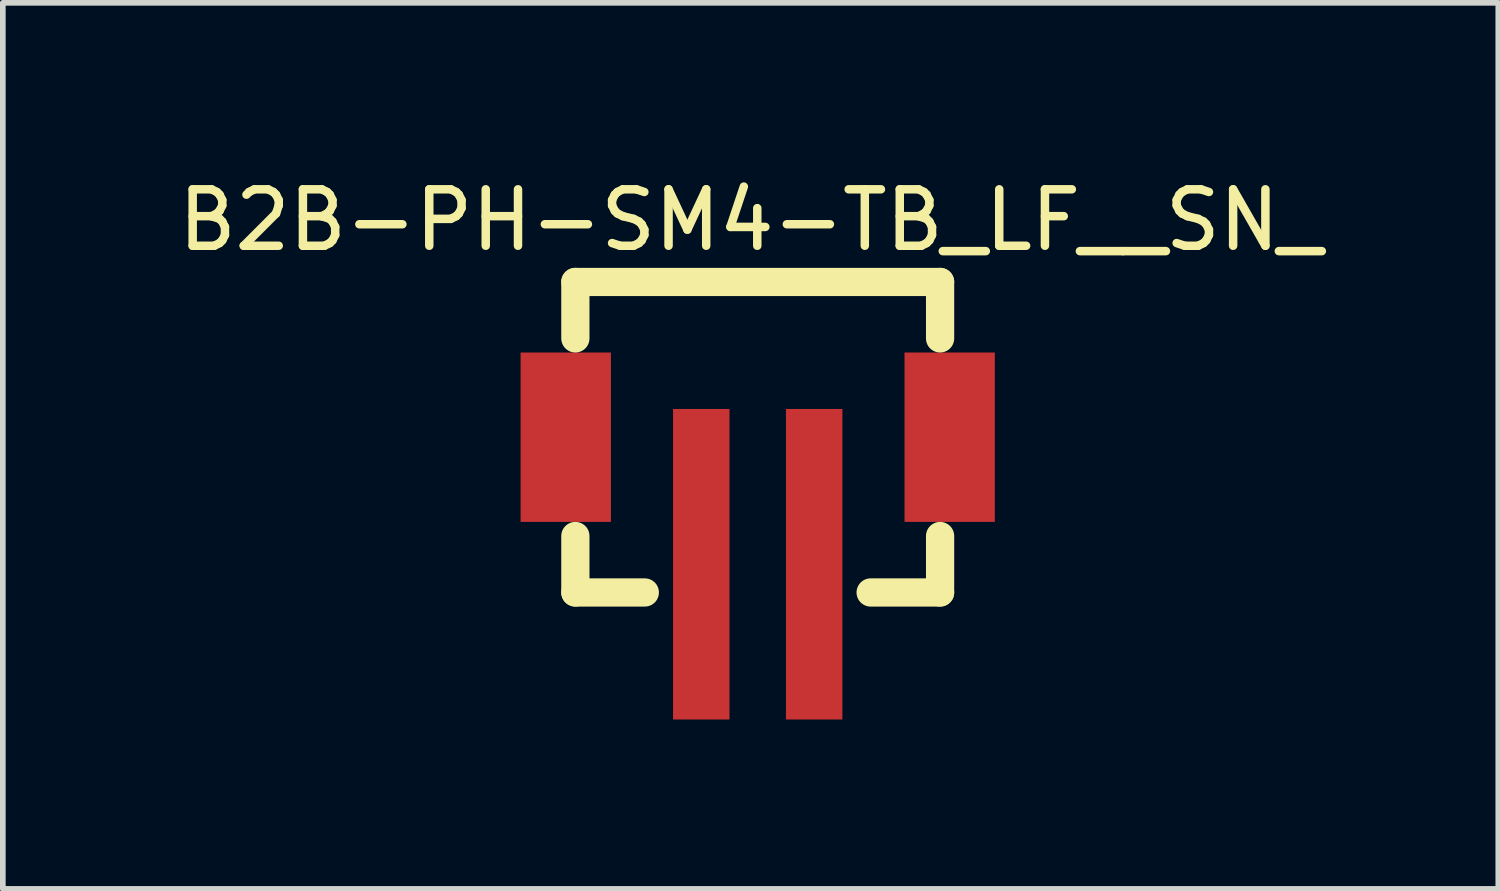
<source format=kicad_pcb>
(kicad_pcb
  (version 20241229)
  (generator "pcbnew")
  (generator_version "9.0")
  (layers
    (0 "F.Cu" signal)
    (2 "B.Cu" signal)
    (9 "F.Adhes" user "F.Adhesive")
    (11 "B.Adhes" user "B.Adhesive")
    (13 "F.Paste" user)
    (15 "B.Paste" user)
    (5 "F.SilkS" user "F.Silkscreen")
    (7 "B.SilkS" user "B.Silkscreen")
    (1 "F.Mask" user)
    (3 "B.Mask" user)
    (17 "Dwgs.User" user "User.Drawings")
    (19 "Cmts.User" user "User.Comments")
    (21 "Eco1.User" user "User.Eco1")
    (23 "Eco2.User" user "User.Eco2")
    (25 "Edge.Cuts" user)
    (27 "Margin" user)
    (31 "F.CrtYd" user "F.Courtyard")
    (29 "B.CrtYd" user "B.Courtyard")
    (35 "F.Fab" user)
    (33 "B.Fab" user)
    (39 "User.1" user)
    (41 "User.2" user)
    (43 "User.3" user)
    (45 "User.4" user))
  (footprint "B2B-PH-SM4-TB_LF__SN_"
    (layer "F.Cu")
    (at 10.371 6.944)
    (property "Reference" "B2B-PH-SM4-TB_LF__SN_" (at -0.127 -6.096 0) (layer "F.SilkS") (effects (font (size 1 1) (thickness 0.15))))
    (attr smd)
    (fp_line (start -3.23 -5) (end 3.23 -5) (stroke (width 0.5) (type solid)) (layer "F.SilkS"))
    (fp_line (start -3.23 -4) (end -3.23 -5) (stroke (width 0.5) (type solid)) (layer "F.SilkS"))
    (fp_line (start -3.23 -0.5) (end -3.23 0.5) (stroke (width 0.5) (type solid)) (layer "F.SilkS"))
    (fp_line (start -3.23 0.5) (end -2 0.5) (stroke (width 0.5) (type solid)) (layer "F.SilkS"))
    (fp_line (start 2 0.5) (end 3.23 0.5) (stroke (width 0.5) (type solid)) (layer "F.SilkS"))
    (fp_line (start 3.23 -5) (end 3.23 -4) (stroke (width 0.5) (type solid)) (layer "F.SilkS"))
    (fp_line (start 3.23 0.5) (end 3.23 -0.5) (stroke (width 0.5) (type solid)) (layer "F.SilkS"))
    (pad "1" smd rect (at -1 0 90) (size 5.5 1) (layers "F.Cu" "F.Mask" "F.Paste"))
    (pad "2" smd rect (at 1 0 90) (size 5.5 1) (layers "F.Cu" "F.Mask" "F.Paste"))
    (pad "3" smd rect (at 3.4 -2.25 180) (size 1.6 3) (layers "F.Cu" "F.Mask" "F.Paste"))
    (pad "4" smd rect (at -3.4 -2.25 180) (size 1.6 3) (layers "F.Cu" "F.Mask" "F.Paste")))
  (gr_rect
    (start -3 -3)
    (end 23.488 12.694)
    (stroke (width 0.1) (type default))
    (fill no)
    (layer "Edge.Cuts")))
</source>
